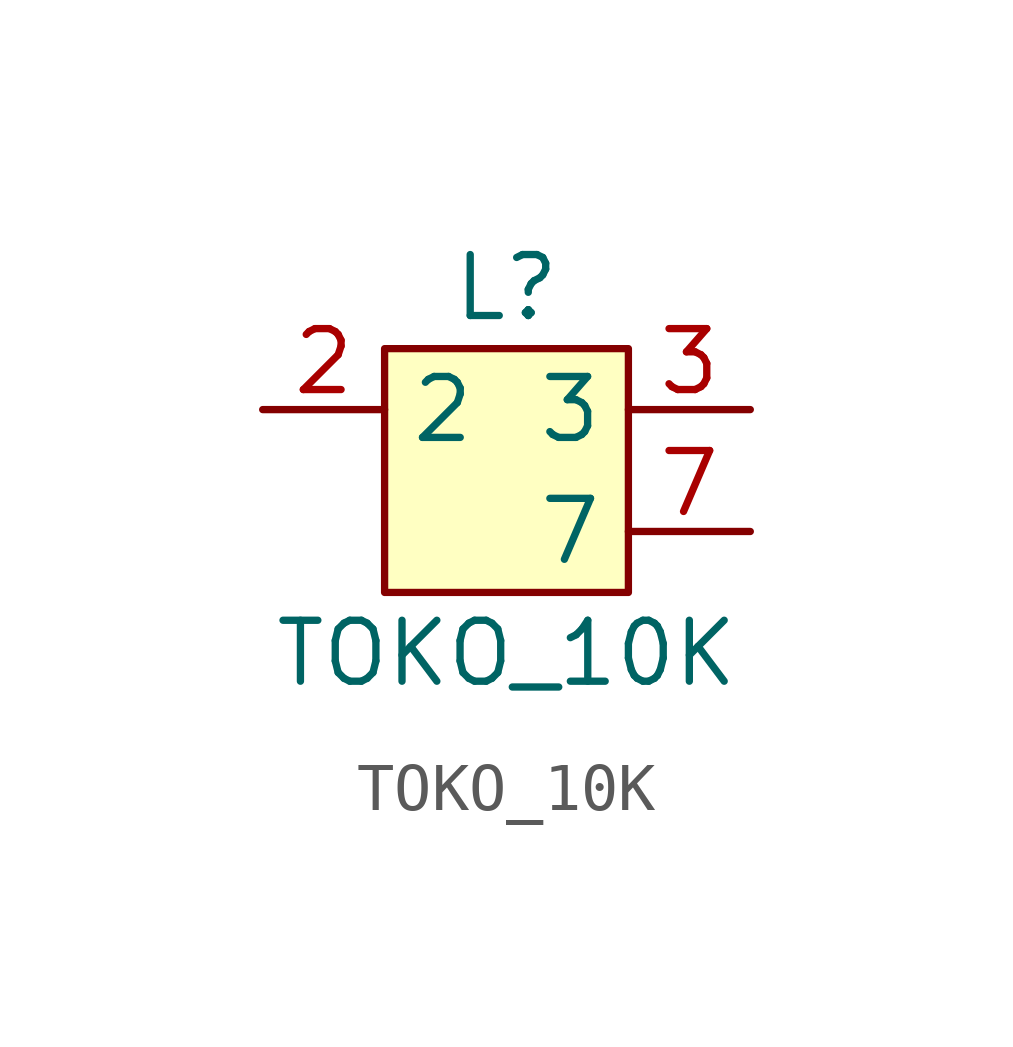
<source format=kicad_sym>
(kicad_symbol_lib
  (version 20211014)
  (generator kicad_symbol_editor)
  (symbol "TOKO_10K"
    (property "Reference" "L"
      (at 0 2.54 0)
      (effects (font (size 1.27 1.27))))
    (property "Value" "TOKO_10K"
      (at 0 -5.08 0)
      (effects (font (size 1.27 1.27))))
    (symbol "TOKO_10K_0_1"
      (rectangle (start -2.54 1.27) (end 2.54 -3.81) (stroke (width 0) (type default) (color 0 0 0 0)) (fill (type background))))
    (symbol "TOKO_10K_1_1"
      (pin input line (at -5.08 0 0) (length 2.54) (name "2" (effects (font (size 1.27 1.27)))) (number "2" (effects (font (size 1.27 1.27)))))
      (pin input line (at 5.08 0 180) (length 2.54) (name "3" (effects (font (size 1.27 1.27)))) (number "3" (effects (font (size 1.27 1.27)))))
      (pin input line (at 5.08 -2.54 180) (length 2.54) (name "7" (effects (font (size 1.27 1.27)))) (number "7" (effects (font (size 1.27 1.27))))))))
</source>
